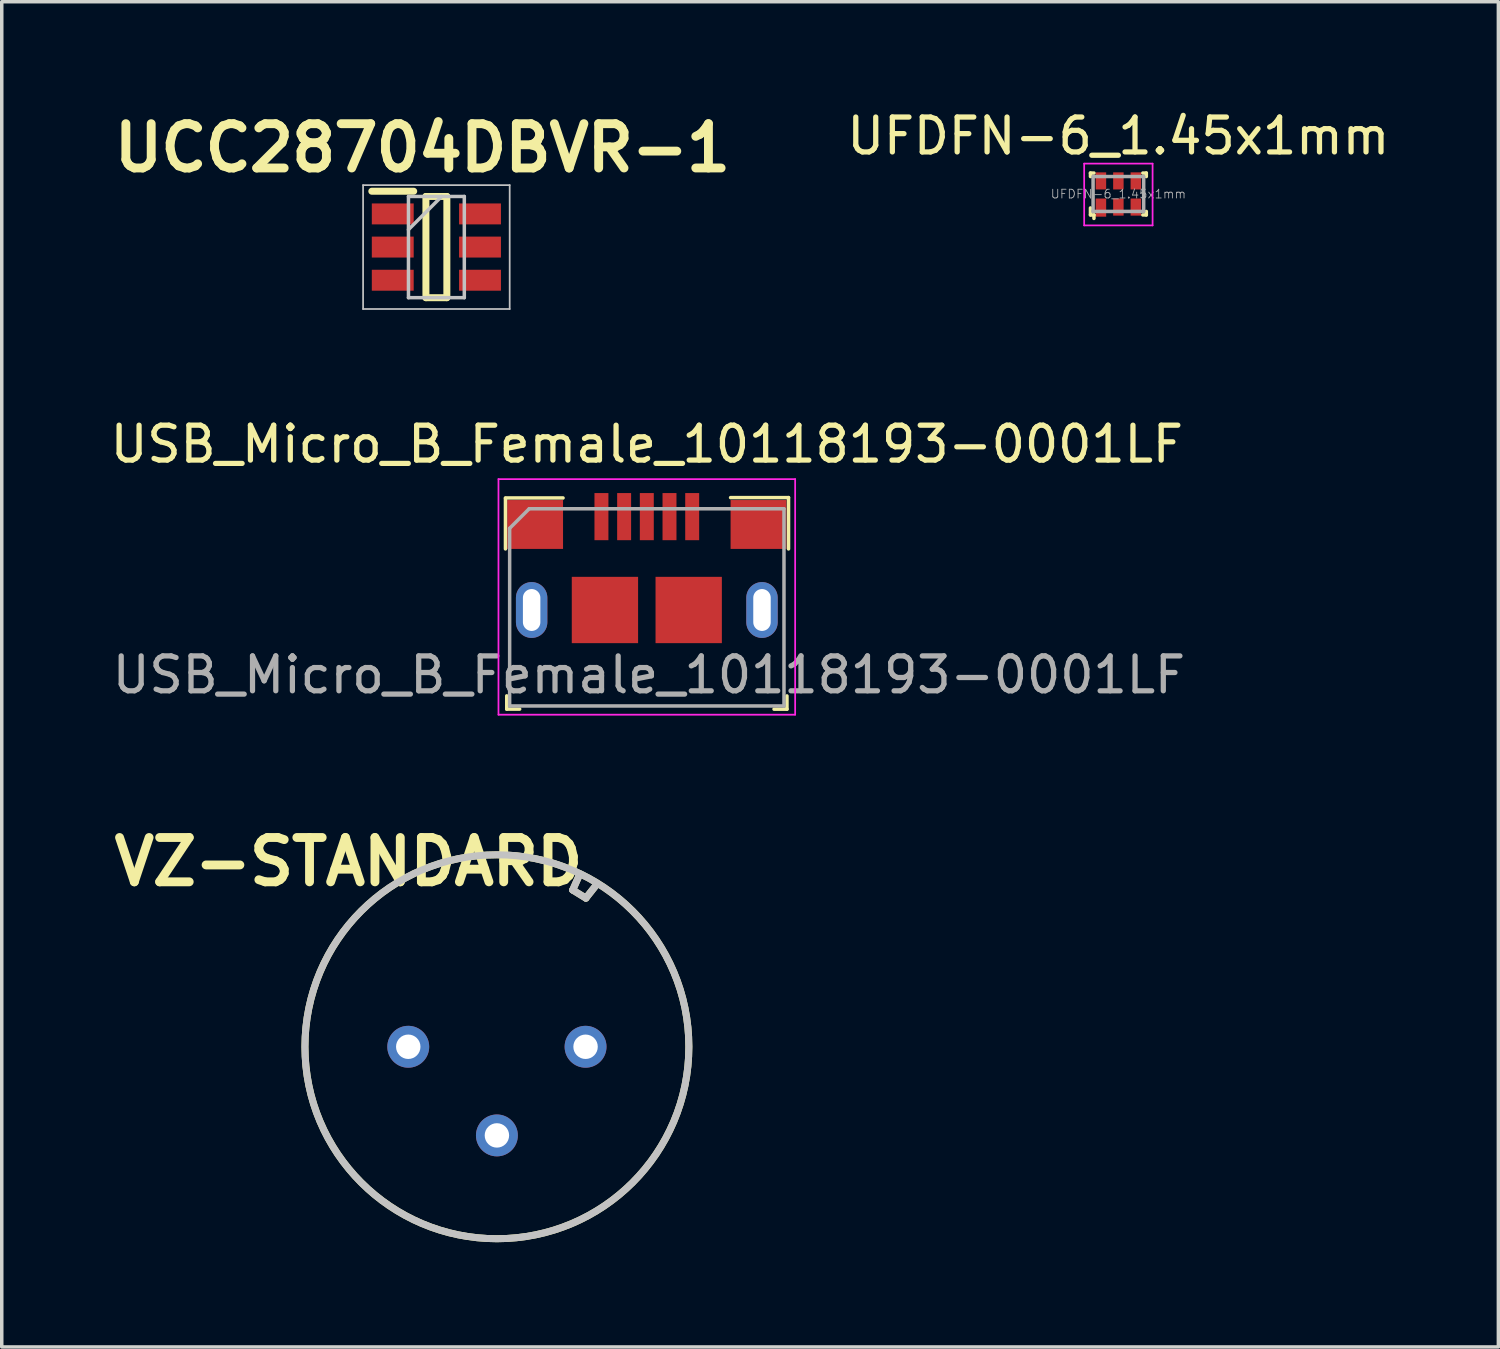
<source format=kicad_pcb>
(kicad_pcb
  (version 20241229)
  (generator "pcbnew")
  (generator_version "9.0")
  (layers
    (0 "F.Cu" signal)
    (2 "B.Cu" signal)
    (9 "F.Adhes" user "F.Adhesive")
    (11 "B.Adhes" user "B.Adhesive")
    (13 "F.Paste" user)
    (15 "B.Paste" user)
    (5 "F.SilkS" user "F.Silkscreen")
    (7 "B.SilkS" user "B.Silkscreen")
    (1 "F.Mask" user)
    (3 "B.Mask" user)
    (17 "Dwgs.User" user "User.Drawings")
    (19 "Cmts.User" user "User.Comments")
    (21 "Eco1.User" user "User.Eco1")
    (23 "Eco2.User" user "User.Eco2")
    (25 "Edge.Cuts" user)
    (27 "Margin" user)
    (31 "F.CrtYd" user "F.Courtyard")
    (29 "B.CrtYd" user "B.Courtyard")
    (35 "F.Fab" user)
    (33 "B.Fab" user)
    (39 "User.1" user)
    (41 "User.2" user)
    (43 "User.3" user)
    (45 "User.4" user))
  (footprint "UCC28704DBVR-1"
    (layer "F.Cu")
    (at 9.453 4.029)
    (property "Reference" "UCC28704DBVR-1" (at -0.4 -2.84 0) (layer "F.SilkS") (effects (font (size 1.27 1.27) (thickness 0.254))))
    (attr smd)
    (fp_line (start -1.85 -1.6) (end -0.65 -1.6) (stroke (width 0.2) (type solid)) (layer "F.SilkS"))
    (fp_line (start -0.3 -1.45) (end 0.3 -1.45) (stroke (width 0.2) (type solid)) (layer "F.SilkS"))
    (fp_line (start -0.3 1.45) (end -0.3 -1.45) (stroke (width 0.2) (type solid)) (layer "F.SilkS"))
    (fp_line (start 0.3 -1.45) (end 0.3 1.45) (stroke (width 0.2) (type solid)) (layer "F.SilkS"))
    (fp_line (start 0.3 1.45) (end -0.3 1.45) (stroke (width 0.2) (type solid)) (layer "F.SilkS"))
    (fp_line (start -2.1 -1.775) (end 2.1 -1.775) (stroke (width 0.05) (type solid)) (layer "Dwgs.User"))
    (fp_line (start -2.1 1.775) (end -2.1 -1.775) (stroke (width 0.05) (type solid)) (layer "Dwgs.User"))
    (fp_line (start -0.8 -1.45) (end 0.8 -1.45) (stroke (width 0.1) (type solid)) (layer "Dwgs.User"))
    (fp_line (start -0.8 -0.5) (end 0.15 -1.45) (stroke (width 0.1) (type solid)) (layer "Dwgs.User"))
    (fp_line (start -0.8 1.45) (end -0.8 -1.45) (stroke (width 0.1) (type solid)) (layer "Dwgs.User"))
    (fp_line (start 0.8 -1.45) (end 0.8 1.45) (stroke (width 0.1) (type solid)) (layer "Dwgs.User"))
    (fp_line (start 0.8 1.45) (end -0.8 1.45) (stroke (width 0.1) (type solid)) (layer "Dwgs.User"))
    (fp_line (start 2.1 -1.775) (end 2.1 1.775) (stroke (width 0.05) (type solid)) (layer "Dwgs.User"))
    (fp_line (start 2.1 1.775) (end -2.1 1.775) (stroke (width 0.05) (type solid)) (layer "Dwgs.User"))
    (pad "1" smd rect (at -1.25 -0.95 90) (size 0.6 1.2) (layers "F.Cu" "F.Mask" "F.Paste"))
    (pad "2" smd rect (at -1.25 0 90) (size 0.6 1.2) (layers "F.Cu" "F.Mask" "F.Paste"))
    (pad "3" smd rect (at -1.25 0.95 90) (size 0.6 1.2) (layers "F.Cu" "F.Mask" "F.Paste"))
    (pad "4" smd rect (at 1.25 0.95 90) (size 0.6 1.2) (layers "F.Cu" "F.Mask" "F.Paste"))
    (pad "5" smd rect (at 1.25 0 90) (size 0.6 1.2) (layers "F.Cu" "F.Mask" "F.Paste"))
    (pad "6" smd rect (at 1.25 -0.95 90) (size 0.6 1.2) (layers "F.Cu" "F.Mask" "F.Paste")))
  (footprint "UFDFN-6_1.45x1mm"
    (layer "F.Cu")
    (at 28.993 2.508)
    (property "Reference" "UFDFN-6_1.45x1mm" (at 0 -1.66 0) (layer "F.SilkS") (effects (font (size 1 1) (thickness 0.15))))
    (attr through_hole)
    (fp_line (start -0.8 -0.6) (end -0.8 -0.5) (stroke (width 0.1) (type solid)) (layer "F.SilkS"))
    (fp_line (start -0.8 0.4) (end -0.8 0.6) (stroke (width 0.1) (type solid)) (layer "F.SilkS"))
    (fp_line (start -0.8 0.6) (end -0.7 0.6) (stroke (width 0.1) (type solid)) (layer "F.SilkS"))
    (fp_line (start -0.7 -0.6) (end -0.8 -0.6) (stroke (width 0.1) (type solid)) (layer "F.SilkS"))
    (fp_line (start -0.7 0.6) (end -0.7 0.7) (stroke (width 0.1) (type solid)) (layer "F.SilkS"))
    (fp_line (start 0.7 -0.6) (end 0.8 -0.6) (stroke (width 0.1) (type solid)) (layer "F.SilkS"))
    (fp_line (start 0.7 0.6) (end 0.8 0.6) (stroke (width 0.1) (type solid)) (layer "F.SilkS"))
    (fp_line (start 0.8 -0.6) (end 0.8 -0.5) (stroke (width 0.1) (type solid)) (layer "F.SilkS"))
    (fp_line (start 0.8 0.6) (end 0.8 0.5) (stroke (width 0.1) (type solid)) (layer "F.SilkS"))
    (fp_line (start -0.98 -0.87) (end 0.98 -0.87) (stroke (width 0.05) (type solid)) (layer "F.CrtYd"))
    (fp_line (start -0.98 0.9) (end -0.98 -0.87) (stroke (width 0.05) (type solid)) (layer "F.CrtYd"))
    (fp_line (start -0.98 0.9) (end 0.98 0.9) (stroke (width 0.05) (type solid)) (layer "F.CrtYd"))
    (fp_line (start 0.98 0.9) (end 0.98 -0.87) (stroke (width 0.05) (type solid)) (layer "F.CrtYd"))
    (fp_line (start -0.73 0.5) (end 0.72 0.5) (stroke (width 0.1) (type solid)) (layer "F.Fab"))
    (fp_line (start -0.725 0.5) (end -0.725 -0.5) (stroke (width 0.1) (type solid)) (layer "F.Fab"))
    (fp_line (start -0.72 -0.5) (end 0.72 -0.5) (stroke (width 0.1) (type solid)) (layer "F.Fab"))
    (fp_line (start 0.725 0.5) (end 0.725 -0.5) (stroke (width 0.1) (type solid)) (layer "F.Fab"))
    (fp_text user "${REFERENCE}" (at 0 0 0) (layer "F.Fab") (effects (font (size 0.25 0.25) (thickness 0.025))))
    (pad "1" smd rect (at -0.5 0.39) (size 0.3 0.52) (layers "F.Cu" "F.Mask" "F.Paste"))
    (pad "2" smd rect (at 0 0.375) (size 0.3 0.49) (layers "F.Cu" "F.Mask" "F.Paste"))
    (pad "3" smd rect (at 0.5 0.375) (size 0.3 0.49) (layers "F.Cu" "F.Mask" "F.Paste"))
    (pad "4" smd rect (at 0.5 -0.375) (size 0.3 0.49) (layers "F.Cu" "F.Mask" "F.Paste"))
    (pad "5" smd rect (at 0 -0.375) (size 0.3 0.49) (layers "F.Cu" "F.Mask" "F.Paste"))
    (pad "6" smd rect (at -0.5 -0.375) (size 0.3 0.49) (layers "F.Cu" "F.Mask" "F.Paste")))
  (footprint "USB_Micro_B_Female_10118193-0001LF"
    (layer "F.Cu")
    (at 15.482 14.427)
    (property "Reference" "USB_Micro_B_Female_10118193-0001LF" (at 0 -4.75 0) (layer "F.SilkS") (effects (font (size 1 1) (thickness 0.15))))
    (attr through_hole)
    (fp_line (start -4.05 -3.21) (end -2.4 -3.21) (stroke (width 0.1) (type solid)) (layer "F.SilkS"))
    (fp_line (start -4.05 -3.2) (end -4.05 -1.75) (stroke (width 0.1) (type solid)) (layer "F.SilkS"))
    (fp_line (start -4.013 2.46) (end -4.013 2.84) (stroke (width 0.1) (type solid)) (layer "F.SilkS"))
    (fp_line (start -4.013 2.84) (end -3.643 2.84) (stroke (width 0.1) (type solid)) (layer "F.SilkS"))
    (fp_line (start 4.015 2.462) (end 4.015 2.842) (stroke (width 0.1) (type solid)) (layer "F.SilkS"))
    (fp_line (start 4.015 2.842) (end 3.645 2.842) (stroke (width 0.1) (type solid)) (layer "F.SilkS"))
    (fp_line (start 4.06 -3.22) (end 2.4 -3.22) (stroke (width 0.1) (type solid)) (layer "F.SilkS"))
    (fp_line (start 4.06 -3.22) (end 4.06 -1.75) (stroke (width 0.1) (type solid)) (layer "F.SilkS"))
    (fp_line (start -4.25 -3.75) (end -4.25 3) (stroke (width 0.05) (type solid)) (layer "F.CrtYd"))
    (fp_line (start -4.25 -3.75) (end 4.25 -3.75) (stroke (width 0.05) (type solid)) (layer "F.CrtYd"))
    (fp_line (start -4.25 3) (end 4.25 3) (stroke (width 0.05) (type solid)) (layer "F.CrtYd"))
    (fp_line (start 4.25 -3.75) (end 4.25 3) (stroke (width 0.05) (type solid)) (layer "F.CrtYd"))
    (fp_line (start -3.93 -2.34) (end -3.37 -2.9) (stroke (width 0.1) (type solid)) (layer "F.Fab"))
    (fp_line (start -3.93 2.75) (end -3.93 -2.34) (stroke (width 0.1) (type solid)) (layer "F.Fab"))
    (fp_line (start -3.93 2.75) (end 3.93 2.75) (stroke (width 0.1) (type solid)) (layer "F.Fab"))
    (fp_line (start 3.93 -2.9) (end -3.37 -2.9) (stroke (width 0.1) (type solid)) (layer "F.Fab"))
    (fp_line (start 3.93 2.75) (end 3.93 -2.9) (stroke (width 0.1) (type solid)) (layer "F.Fab"))
    (fp_text user "${REFERENCE}" (at 0.06 1.86 0) (layer "F.Fab") (effects (font (size 1 1) (thickness 0.15))))
    (pad "1" smd rect (at -1.3 -2.675) (size 0.4 1.35) (layers "F.Cu" "F.Mask" "F.Paste"))
    (pad "2" smd rect (at -0.65 -2.675) (size 0.4 1.35) (layers "F.Cu" "F.Mask" "F.Paste"))
    (pad "3" smd rect (at 0 -2.675) (size 0.4 1.35) (layers "F.Cu" "F.Mask" "F.Paste"))
    (pad "4" smd rect (at 0.65 -2.675) (size 0.4 1.35) (layers "F.Cu" "F.Mask" "F.Paste"))
    (pad "5" smd rect (at 1.3 -2.675) (size 0.4 1.35) (layers "F.Cu" "F.Mask" "F.Paste"))
    (pad "SH" thru_hole oval (at -3.3 0) (size 0.9 1.6) (drill oval 0.5 1.2) (layers "*.Cu" "*.Mask"))
    (pad "SH" smd rect (at -3.2 -2.45) (size 1.6 1.4) (layers "F.Cu" "F.Mask" "F.Paste"))
    (pad "SH" smd rect (at -1.2 0) (size 1.9 1.9) (layers "F.Cu" "F.Mask" "F.Paste"))
    (pad "SH" smd rect (at 1.2 0) (size 1.9 1.9) (layers "F.Cu" "F.Mask" "F.Paste"))
    (pad "SH" smd rect (at 3.2 -2.45) (size 1.6 1.4) (layers "F.Cu" "F.Mask" "F.Paste"))
    (pad "SH" thru_hole oval (at 3.3 0) (size 0.9 1.6) (drill oval 0.5 1.2) (layers "*.Cu" "*.Mask")))
  (footprint "VZ-STANDARD"
    (layer "F.Cu")
    (at 11.187 26.941)
    (property "Reference" "VZ-STANDARD" (at -4.25 -5.3 0) (layer "F.SilkS") (effects (font (size 1.27 1.27) (thickness 0.254))))
    (attr through_hole)
    (fp_line (start 2.172 -4.491) (end 2.549 -4.259) (stroke (width 0.2) (type solid)) (layer "F.SilkS"))
    (fp_line (start 2.332 -4.853) (end 2.172 -4.491) (stroke (width 0.2) (type solid)) (layer "F.SilkS"))
    (fp_line (start 2.549 -4.259) (end 2.825 -4.607) (stroke (width 0.2) (type solid)) (layer "F.SilkS"))
    (fp_circle (center 0 0) (end 0 5.5) (stroke (width 0.2) (type solid)) (fill no) (layer "F.SilkS"))
    (fp_line (start 2.172 -4.491) (end 2.549 -4.259) (stroke (width 0.2) (type solid)) (layer "Dwgs.User"))
    (fp_line (start 2.332 -4.853) (end 2.172 -4.491) (stroke (width 0.2) (type solid)) (layer "Dwgs.User"))
    (fp_line (start 2.549 -4.259) (end 2.825 -4.607) (stroke (width 0.2) (type solid)) (layer "Dwgs.User"))
    (fp_circle (center 0 0) (end 0 5.5) (stroke (width 0.2) (type solid)) (fill no) (layer "Dwgs.User"))
    (pad "1" thru_hole circle (at 2.54 0) (size 1.2 1.2) (drill 0.7) (layers "*.Cu" "*.Mask"))
    (pad "2" thru_hole circle (at 0 2.54) (size 1.2 1.2) (drill 0.7) (layers "*.Cu" "*.Mask"))
    (pad "3" thru_hole circle (at -2.54 0) (size 1.2 1.2) (drill 0.7) (layers "*.Cu" "*.Mask")))
  (gr_rect
    (start -3 -3)
    (end 39.88 35.541)
    (stroke (width 0.1) (type default))
    (fill no)
    (layer "Edge.Cuts")))
</source>
